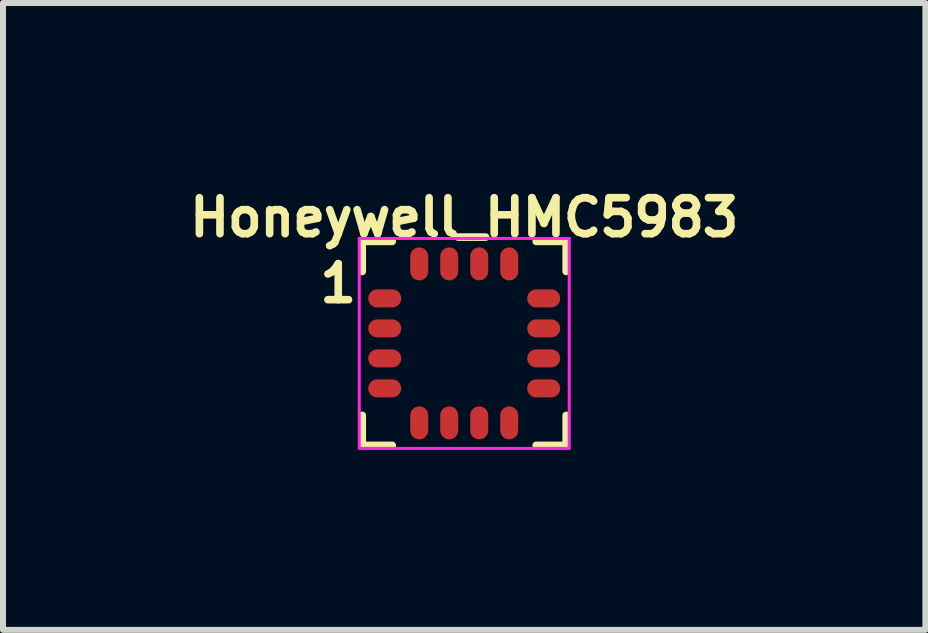
<source format=kicad_pcb>
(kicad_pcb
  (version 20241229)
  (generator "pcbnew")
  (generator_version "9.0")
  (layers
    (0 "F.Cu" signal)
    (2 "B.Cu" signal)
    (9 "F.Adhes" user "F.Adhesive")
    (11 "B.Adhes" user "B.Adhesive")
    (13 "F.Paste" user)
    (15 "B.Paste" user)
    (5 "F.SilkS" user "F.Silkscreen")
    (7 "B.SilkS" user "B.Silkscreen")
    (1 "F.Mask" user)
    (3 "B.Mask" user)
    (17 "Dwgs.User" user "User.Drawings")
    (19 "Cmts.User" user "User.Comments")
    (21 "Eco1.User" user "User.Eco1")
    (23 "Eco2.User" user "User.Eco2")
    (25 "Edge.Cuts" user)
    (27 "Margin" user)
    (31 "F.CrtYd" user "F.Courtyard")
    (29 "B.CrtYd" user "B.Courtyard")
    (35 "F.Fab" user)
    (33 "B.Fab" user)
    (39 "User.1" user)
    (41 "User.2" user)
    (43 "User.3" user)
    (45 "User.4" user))
  (footprint "Honeywell_HMC5983"
    (layer "F.Cu")
    (at 4.688 2.674)
    (property "Reference" "Honeywell_HMC5983" (at 0 -2.1 0) (layer "F.SilkS") (effects (font (size 0.6 0.6) (thickness 0.127))))
    (attr smd)
    (fp_line (start -1.7 -1.7) (end -1.7 -1.2) (stroke (width 0.127) (type solid)) (layer "F.SilkS"))
    (fp_line (start -1.7 1.7) (end -1.7 1.2) (stroke (width 0.127) (type solid)) (layer "F.SilkS"))
    (fp_line (start -1.2 -1.7) (end -1.7 -1.7) (stroke (width 0.127) (type solid)) (layer "F.SilkS"))
    (fp_line (start -1.2 1.7) (end -1.7 1.7) (stroke (width 0.127) (type solid)) (layer "F.SilkS"))
    (fp_line (start 1.2 -1.7) (end 1.7 -1.7) (stroke (width 0.127) (type solid)) (layer "F.SilkS"))
    (fp_line (start 1.7 -1.7) (end 1.7 -1.2) (stroke (width 0.127) (type solid)) (layer "F.SilkS"))
    (fp_line (start 1.7 1.2) (end 1.7 1.7) (stroke (width 0.127) (type solid)) (layer "F.SilkS"))
    (fp_line (start 1.7 1.7) (end 1.2 1.7) (stroke (width 0.127) (type solid)) (layer "F.SilkS"))
    (fp_line (start -1.25 -1.25) (end 1.25 -1.25) (stroke (width 0.05) (type solid)) (layer "Margin"))
    (fp_line (start -1.25 1.25) (end -1.25 -1.25) (stroke (width 0.05) (type solid)) (layer "Margin"))
    (fp_line (start 1.25 -1.25) (end 1.25 1.25) (stroke (width 0.05) (type solid)) (layer "Margin"))
    (fp_line (start 1.25 1.25) (end -1.25 1.25) (stroke (width 0.05) (type solid)) (layer "Margin"))
    (fp_line (start -1.75 -1.75) (end 1.75 -1.75) (stroke (width 0.05) (type solid)) (layer "F.CrtYd"))
    (fp_line (start -1.75 1.75) (end -1.75 -1.75) (stroke (width 0.05) (type solid)) (layer "F.CrtYd"))
    (fp_line (start 1.75 -1.75) (end 1.75 1.75) (stroke (width 0.05) (type solid)) (layer "F.CrtYd"))
    (fp_line (start 1.75 1.75) (end -1.75 1.75) (stroke (width 0.05) (type solid)) (layer "F.CrtYd"))
    (fp_text user "1" (at -2.1 -1 0) (layer "F.SilkS") (effects (font (size 0.6 0.6) (thickness 0.127))))
    (pad "1" smd oval (at -1.325 -0.75 90) (size 0.3 0.55) (layers "F.Cu" "F.Mask" "F.Paste"))
    (pad "2" smd oval (at -1.325 -0.25 90) (size 0.3 0.55) (layers "F.Cu" "F.Mask" "F.Paste"))
    (pad "3" smd oval (at -1.325 0.25 90) (size 0.3 0.55) (layers "F.Cu" "F.Mask" "F.Paste"))
    (pad "4" smd oval (at -1.325 0.75 90) (size 0.3 0.55) (layers "F.Cu" "F.Mask" "F.Paste"))
    (pad "5" smd oval (at -0.75 1.325) (size 0.3 0.55) (layers "F.Cu" "F.Mask" "F.Paste"))
    (pad "6" smd oval (at -0.25 1.325) (size 0.3 0.55) (layers "F.Cu" "F.Mask" "F.Paste"))
    (pad "7" smd oval (at 0.25 1.325) (size 0.3 0.55) (layers "F.Cu" "F.Mask" "F.Paste"))
    (pad "8" smd oval (at 0.75 1.325) (size 0.3 0.55) (layers "F.Cu" "F.Mask" "F.Paste"))
    (pad "9" smd oval (at 1.325 0.75 90) (size 0.3 0.55) (layers "F.Cu" "F.Mask" "F.Paste"))
    (pad "10" smd oval (at 1.325 0.25 90) (size 0.3 0.55) (layers "F.Cu" "F.Mask" "F.Paste"))
    (pad "11" smd oval (at 1.325 -0.25 90) (size 0.3 0.55) (layers "F.Cu" "F.Mask" "F.Paste"))
    (pad "12" smd oval (at 1.325 -0.75 90) (size 0.3 0.55) (layers "F.Cu" "F.Mask" "F.Paste"))
    (pad "13" smd oval (at 0.75 -1.325) (size 0.3 0.55) (layers "F.Cu" "F.Mask" "F.Paste"))
    (pad "14" smd oval (at 0.25 -1.325) (size 0.3 0.55) (layers "F.Cu" "F.Mask" "F.Paste"))
    (pad "15" smd oval (at -0.25 -1.325) (size 0.3 0.55) (layers "F.Cu" "F.Mask" "F.Paste"))
    (pad "16" smd oval (at -0.75 -1.325) (size 0.3 0.55) (layers "F.Cu" "F.Mask" "F.Paste")))
  (gr_rect
    (start -3 -3)
    (end 12.375 7.449)
    (stroke (width 0.1) (type default))
    (fill no)
    (layer "Edge.Cuts")))
</source>
